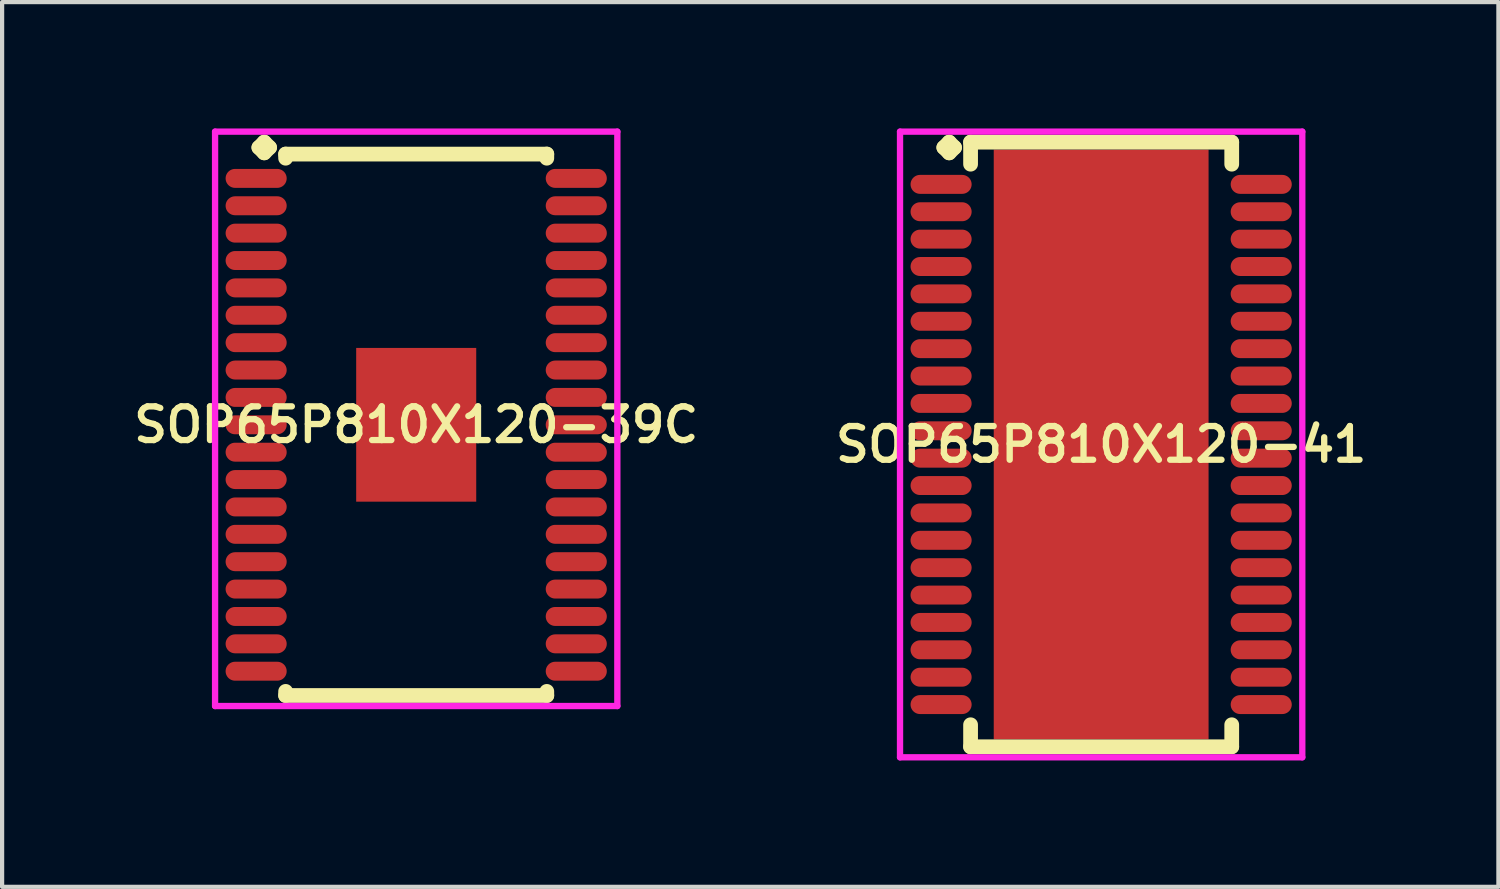
<source format=kicad_pcb>
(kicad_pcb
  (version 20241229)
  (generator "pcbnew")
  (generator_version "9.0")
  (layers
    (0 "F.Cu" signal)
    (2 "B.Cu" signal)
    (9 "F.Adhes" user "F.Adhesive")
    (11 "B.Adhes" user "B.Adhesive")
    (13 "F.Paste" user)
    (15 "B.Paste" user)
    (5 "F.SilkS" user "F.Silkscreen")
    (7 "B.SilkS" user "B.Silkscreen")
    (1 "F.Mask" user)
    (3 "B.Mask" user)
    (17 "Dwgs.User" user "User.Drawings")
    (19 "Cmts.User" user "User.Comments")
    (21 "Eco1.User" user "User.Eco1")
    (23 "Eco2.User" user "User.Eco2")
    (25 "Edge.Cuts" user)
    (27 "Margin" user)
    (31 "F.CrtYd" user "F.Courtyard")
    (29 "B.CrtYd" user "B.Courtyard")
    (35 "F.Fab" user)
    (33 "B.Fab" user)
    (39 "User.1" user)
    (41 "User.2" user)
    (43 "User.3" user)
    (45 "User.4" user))
  (footprint "SOP65P810X120-41"
    (layer "F.Cu")
    (at 23.092 7.502)
    (property "Reference" "SOP65P810X120-41" (at 0 0 0) (layer "F.SilkS") (effects (font (size 0.8 0.8) (thickness 0.15))))
    (attr smd)
    (fp_line (start -3.735 -7.05) (end -3.608 -7.177) (stroke (width 0.35) (type solid)) (layer "F.SilkS"))
    (fp_line (start -3.608 -7.177) (end -3.481 -7.05) (stroke (width 0.35) (type solid)) (layer "F.SilkS"))
    (fp_line (start -3.608 -6.923) (end -3.735 -7.05) (stroke (width 0.35) (type solid)) (layer "F.SilkS"))
    (fp_line (start -3.481 -7.05) (end -3.608 -6.923) (stroke (width 0.35) (type solid)) (layer "F.SilkS"))
    (fp_line (start -3.1 -7.177) (end 3.1 -7.177) (stroke (width 0.35) (type solid)) (layer "F.SilkS"))
    (fp_line (start -3.1 -6.654) (end -3.1 -7.177) (stroke (width 0.35) (type solid)) (layer "F.SilkS"))
    (fp_line (start -3.1 6.654) (end -3.1 7.177) (stroke (width 0.35) (type solid)) (layer "F.SilkS"))
    (fp_line (start -3.1 7.177) (end 3.1 7.177) (stroke (width 0.35) (type solid)) (layer "F.SilkS"))
    (fp_line (start 3.1 -7.177) (end 3.1 -6.654) (stroke (width 0.35) (type solid)) (layer "F.SilkS"))
    (fp_line (start 3.1 7.177) (end 3.1 6.654) (stroke (width 0.35) (type solid)) (layer "F.SilkS"))
    (fp_line (start -4.775 -7.427) (end 4.775 -7.427) (stroke (width 0.15) (type solid)) (layer "F.CrtYd"))
    (fp_line (start -4.775 7.427) (end -4.775 -7.427) (stroke (width 0.15) (type solid)) (layer "F.CrtYd"))
    (fp_line (start 4.775 -7.427) (end 4.775 7.427) (stroke (width 0.15) (type solid)) (layer "F.CrtYd"))
    (fp_line (start 4.775 7.427) (end -4.775 7.427) (stroke (width 0.15) (type solid)) (layer "F.CrtYd"))
    (pad "1" smd oval (at -3.8 -6.175) (size 1.45 0.45) (layers "F.Cu" "F.Mask" "F.Paste"))
    (pad "2" smd oval (at -3.8 -5.525) (size 1.45 0.45) (layers "F.Cu" "F.Mask" "F.Paste"))
    (pad "3" smd oval (at -3.8 -4.875) (size 1.45 0.45) (layers "F.Cu" "F.Mask" "F.Paste"))
    (pad "4" smd oval (at -3.8 -4.225) (size 1.45 0.45) (layers "F.Cu" "F.Mask" "F.Paste"))
    (pad "5" smd oval (at -3.8 -3.575) (size 1.45 0.45) (layers "F.Cu" "F.Mask" "F.Paste"))
    (pad "6" smd oval (at -3.8 -2.925) (size 1.45 0.45) (layers "F.Cu" "F.Mask" "F.Paste"))
    (pad "7" smd oval (at -3.8 -2.275) (size 1.45 0.45) (layers "F.Cu" "F.Mask" "F.Paste"))
    (pad "8" smd oval (at -3.8 -1.625) (size 1.45 0.45) (layers "F.Cu" "F.Mask" "F.Paste"))
    (pad "9" smd oval (at -3.8 -0.975) (size 1.45 0.45) (layers "F.Cu" "F.Mask" "F.Paste"))
    (pad "10" smd oval (at -3.8 -0.325) (size 1.45 0.45) (layers "F.Cu" "F.Mask" "F.Paste"))
    (pad "11" smd oval (at -3.8 0.325) (size 1.45 0.45) (layers "F.Cu" "F.Mask" "F.Paste"))
    (pad "12" smd oval (at -3.8 0.975) (size 1.45 0.45) (layers "F.Cu" "F.Mask" "F.Paste"))
    (pad "13" smd oval (at -3.8 1.625) (size 1.45 0.45) (layers "F.Cu" "F.Mask" "F.Paste"))
    (pad "14" smd oval (at -3.8 2.275) (size 1.45 0.45) (layers "F.Cu" "F.Mask" "F.Paste"))
    (pad "15" smd oval (at -3.8 2.925) (size 1.45 0.45) (layers "F.Cu" "F.Mask" "F.Paste"))
    (pad "16" smd oval (at -3.8 3.575) (size 1.45 0.45) (layers "F.Cu" "F.Mask" "F.Paste"))
    (pad "17" smd oval (at -3.8 4.225) (size 1.45 0.45) (layers "F.Cu" "F.Mask" "F.Paste"))
    (pad "18" smd oval (at -3.8 4.875) (size 1.45 0.45) (layers "F.Cu" "F.Mask" "F.Paste"))
    (pad "19" smd oval (at -3.8 5.525) (size 1.45 0.45) (layers "F.Cu" "F.Mask" "F.Paste"))
    (pad "20" smd oval (at -3.8 6.175) (size 1.45 0.45) (layers "F.Cu" "F.Mask" "F.Paste"))
    (pad "21" smd oval (at 3.8 6.175) (size 1.45 0.45) (layers "F.Cu" "F.Mask" "F.Paste"))
    (pad "22" smd oval (at 3.8 5.525) (size 1.45 0.45) (layers "F.Cu" "F.Mask" "F.Paste"))
    (pad "23" smd oval (at 3.8 4.875) (size 1.45 0.45) (layers "F.Cu" "F.Mask" "F.Paste"))
    (pad "24" smd oval (at 3.8 4.225) (size 1.45 0.45) (layers "F.Cu" "F.Mask" "F.Paste"))
    (pad "25" smd oval (at 3.8 3.575) (size 1.45 0.45) (layers "F.Cu" "F.Mask" "F.Paste"))
    (pad "26" smd oval (at 3.8 2.925) (size 1.45 0.45) (layers "F.Cu" "F.Mask" "F.Paste"))
    (pad "27" smd oval (at 3.8 2.275) (size 1.45 0.45) (layers "F.Cu" "F.Mask" "F.Paste"))
    (pad "28" smd oval (at 3.8 1.625) (size 1.45 0.45) (layers "F.Cu" "F.Mask" "F.Paste"))
    (pad "29" smd oval (at 3.8 0.975) (size 1.45 0.45) (layers "F.Cu" "F.Mask" "F.Paste"))
    (pad "30" smd oval (at 3.8 0.325) (size 1.45 0.45) (layers "F.Cu" "F.Mask" "F.Paste"))
    (pad "31" smd oval (at 3.8 -0.325) (size 1.45 0.45) (layers "F.Cu" "F.Mask" "F.Paste"))
    (pad "32" smd oval (at 3.8 -0.975) (size 1.45 0.45) (layers "F.Cu" "F.Mask" "F.Paste"))
    (pad "33" smd oval (at 3.8 -1.625) (size 1.45 0.45) (layers "F.Cu" "F.Mask" "F.Paste"))
    (pad "34" smd oval (at 3.8 -2.275) (size 1.45 0.45) (layers "F.Cu" "F.Mask" "F.Paste"))
    (pad "35" smd oval (at 3.8 -2.925) (size 1.45 0.45) (layers "F.Cu" "F.Mask" "F.Paste"))
    (pad "36" smd oval (at 3.8 -3.575) (size 1.45 0.45) (layers "F.Cu" "F.Mask" "F.Paste"))
    (pad "37" smd oval (at 3.8 -4.225) (size 1.45 0.45) (layers "F.Cu" "F.Mask" "F.Paste"))
    (pad "38" smd oval (at 3.8 -4.875) (size 1.45 0.45) (layers "F.Cu" "F.Mask" "F.Paste"))
    (pad "39" smd oval (at 3.8 -5.525) (size 1.45 0.45) (layers "F.Cu" "F.Mask" "F.Paste"))
    (pad "40" smd oval (at 3.8 -6.175) (size 1.45 0.45) (layers "F.Cu" "F.Mask" "F.Paste"))
    (pad "41" smd rect (at 0 0) (size 5.1 14) (layers "F.Cu" "F.Mask" "F.Paste")))
  (footprint "SOP65P810X120-39C"
    (layer "F.Cu")
    (at 6.831 7.035)
    (property "Reference" "SOP65P810X120-39C" (at 0 0 0) (layer "F.SilkS") (effects (font (size 0.8 0.8) (thickness 0.15))))
    (attr smd)
    (fp_line (start -3.735 -6.583) (end -3.608 -6.71) (stroke (width 0.35) (type solid)) (layer "F.SilkS"))
    (fp_line (start -3.608 -6.71) (end -3.481 -6.583) (stroke (width 0.35) (type solid)) (layer "F.SilkS"))
    (fp_line (start -3.608 -6.456) (end -3.735 -6.583) (stroke (width 0.35) (type solid)) (layer "F.SilkS"))
    (fp_line (start -3.481 -6.583) (end -3.608 -6.456) (stroke (width 0.35) (type solid)) (layer "F.SilkS"))
    (fp_line (start -3.1 -6.427) (end 3.1 -6.427) (stroke (width 0.35) (type solid)) (layer "F.SilkS"))
    (fp_line (start -3.1 -6.329) (end -3.1 -6.427) (stroke (width 0.35) (type solid)) (layer "F.SilkS"))
    (fp_line (start -3.1 6.329) (end -3.1 6.427) (stroke (width 0.35) (type solid)) (layer "F.SilkS"))
    (fp_line (start -3.1 6.427) (end 3.1 6.427) (stroke (width 0.35) (type solid)) (layer "F.SilkS"))
    (fp_line (start 3.1 -6.427) (end 3.1 -6.329) (stroke (width 0.35) (type solid)) (layer "F.SilkS"))
    (fp_line (start 3.1 6.427) (end 3.1 6.329) (stroke (width 0.35) (type solid)) (layer "F.SilkS"))
    (fp_line (start -4.775 -6.96) (end 4.775 -6.96) (stroke (width 0.15) (type solid)) (layer "F.CrtYd"))
    (fp_line (start -4.775 6.677) (end -4.775 -6.96) (stroke (width 0.15) (type solid)) (layer "F.CrtYd"))
    (fp_line (start 4.775 -6.96) (end 4.775 6.677) (stroke (width 0.15) (type solid)) (layer "F.CrtYd"))
    (fp_line (start 4.775 6.677) (end -4.775 6.677) (stroke (width 0.15) (type solid)) (layer "F.CrtYd"))
    (pad "1" smd oval (at -3.8 -5.85) (size 1.45 0.45) (layers "F.Cu" "F.Mask" "F.Paste"))
    (pad "2" smd oval (at -3.8 -5.2) (size 1.45 0.45) (layers "F.Cu" "F.Mask" "F.Paste"))
    (pad "3" smd oval (at -3.8 -4.55) (size 1.45 0.45) (layers "F.Cu" "F.Mask" "F.Paste"))
    (pad "4" smd oval (at -3.8 -3.9) (size 1.45 0.45) (layers "F.Cu" "F.Mask" "F.Paste"))
    (pad "5" smd oval (at -3.8 -3.25) (size 1.45 0.45) (layers "F.Cu" "F.Mask" "F.Paste"))
    (pad "6" smd oval (at -3.8 -2.6) (size 1.45 0.45) (layers "F.Cu" "F.Mask" "F.Paste"))
    (pad "7" smd oval (at -3.8 -1.95) (size 1.45 0.45) (layers "F.Cu" "F.Mask" "F.Paste"))
    (pad "8" smd oval (at -3.8 -1.3) (size 1.45 0.45) (layers "F.Cu" "F.Mask" "F.Paste"))
    (pad "9" smd oval (at -3.8 -0.65) (size 1.45 0.45) (layers "F.Cu" "F.Mask" "F.Paste"))
    (pad "10" smd oval (at -3.8 0) (size 1.45 0.45) (layers "F.Cu" "F.Mask" "F.Paste"))
    (pad "11" smd oval (at -3.8 0.65) (size 1.45 0.45) (layers "F.Cu" "F.Mask" "F.Paste"))
    (pad "12" smd oval (at -3.8 1.3) (size 1.45 0.45) (layers "F.Cu" "F.Mask" "F.Paste"))
    (pad "13" smd oval (at -3.8 1.95) (size 1.45 0.45) (layers "F.Cu" "F.Mask" "F.Paste"))
    (pad "14" smd oval (at -3.8 2.6) (size 1.45 0.45) (layers "F.Cu" "F.Mask" "F.Paste"))
    (pad "15" smd oval (at -3.8 3.25) (size 1.45 0.45) (layers "F.Cu" "F.Mask" "F.Paste"))
    (pad "16" smd oval (at -3.8 3.9) (size 1.45 0.45) (layers "F.Cu" "F.Mask" "F.Paste"))
    (pad "17" smd oval (at -3.8 4.55) (size 1.45 0.45) (layers "F.Cu" "F.Mask" "F.Paste"))
    (pad "18" smd oval (at -3.8 5.2) (size 1.45 0.45) (layers "F.Cu" "F.Mask" "F.Paste"))
    (pad "19" smd oval (at -3.8 5.85) (size 1.45 0.45) (layers "F.Cu" "F.Mask" "F.Paste"))
    (pad "20" smd oval (at 3.8 5.85) (size 1.45 0.45) (layers "F.Cu" "F.Mask" "F.Paste"))
    (pad "21" smd oval (at 3.8 5.2) (size 1.45 0.45) (layers "F.Cu" "F.Mask" "F.Paste"))
    (pad "22" smd oval (at 3.8 4.55) (size 1.45 0.45) (layers "F.Cu" "F.Mask" "F.Paste"))
    (pad "23" smd oval (at 3.8 3.9) (size 1.45 0.45) (layers "F.Cu" "F.Mask" "F.Paste"))
    (pad "24" smd oval (at 3.8 3.25) (size 1.45 0.45) (layers "F.Cu" "F.Mask" "F.Paste"))
    (pad "25" smd oval (at 3.8 2.6) (size 1.45 0.45) (layers "F.Cu" "F.Mask" "F.Paste"))
    (pad "26" smd oval (at 3.8 1.95) (size 1.45 0.45) (layers "F.Cu" "F.Mask" "F.Paste"))
    (pad "27" smd oval (at 3.8 1.3) (size 1.45 0.45) (layers "F.Cu" "F.Mask" "F.Paste"))
    (pad "28" smd oval (at 3.8 0.65) (size 1.45 0.45) (layers "F.Cu" "F.Mask" "F.Paste"))
    (pad "29" smd oval (at 3.8 0) (size 1.45 0.45) (layers "F.Cu" "F.Mask" "F.Paste"))
    (pad "30" smd oval (at 3.8 -0.65) (size 1.45 0.45) (layers "F.Cu" "F.Mask" "F.Paste"))
    (pad "31" smd oval (at 3.8 -1.3) (size 1.45 0.45) (layers "F.Cu" "F.Mask" "F.Paste"))
    (pad "32" smd oval (at 3.8 -1.95) (size 1.45 0.45) (layers "F.Cu" "F.Mask" "F.Paste"))
    (pad "33" smd oval (at 3.8 -2.6) (size 1.45 0.45) (layers "F.Cu" "F.Mask" "F.Paste"))
    (pad "34" smd oval (at 3.8 -3.25) (size 1.45 0.45) (layers "F.Cu" "F.Mask" "F.Paste"))
    (pad "35" smd oval (at 3.8 -3.9) (size 1.45 0.45) (layers "F.Cu" "F.Mask" "F.Paste"))
    (pad "36" smd oval (at 3.8 -4.55) (size 1.45 0.45) (layers "F.Cu" "F.Mask" "F.Paste"))
    (pad "37" smd oval (at 3.8 -5.2) (size 1.45 0.45) (layers "F.Cu" "F.Mask" "F.Paste"))
    (pad "38" smd oval (at 3.8 -5.85) (size 1.45 0.45) (layers "F.Cu" "F.Mask" "F.Paste"))
    (pad "39" smd rect (at 0 0) (size 2.85 3.65) (layers "F.Cu" "F.Mask" "F.Paste")))
  (gr_rect
    (start -3 -3)
    (end 32.523 18.004)
    (stroke (width 0.1) (type default))
    (fill no)
    (layer "Edge.Cuts")))
</source>
